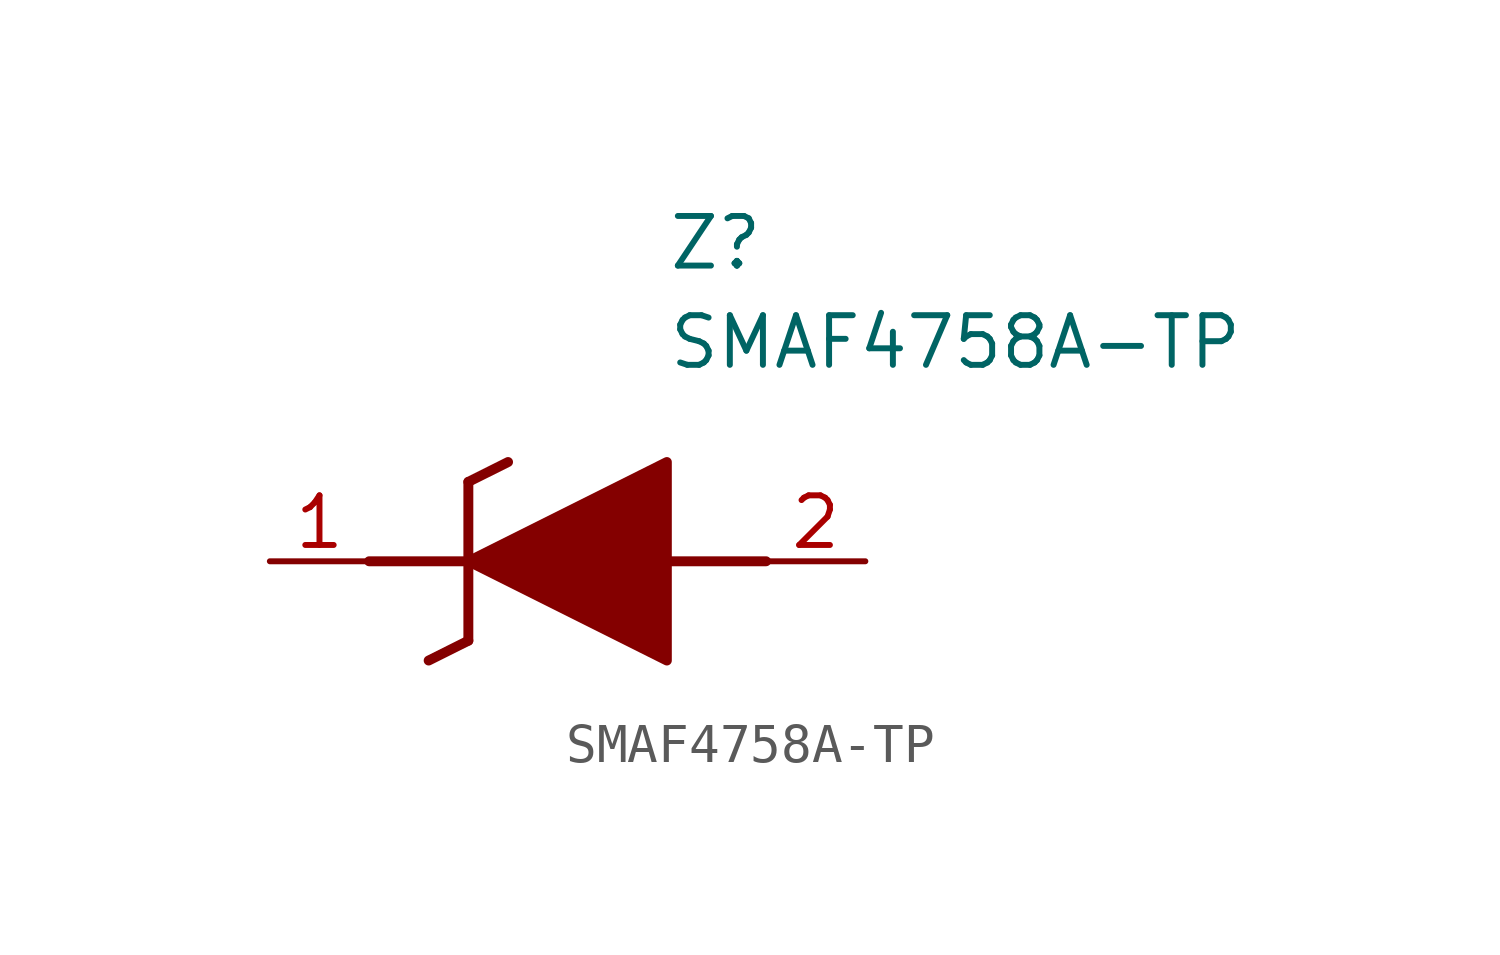
<source format=kicad_sym>
(kicad_symbol_lib
  (version 20211014)
  (generator SamacSys_ECAD_Model)
  (symbol "SMAF4758A-TP"
    (pin_names hide)
    (property "Reference" "Z"
      (at 10.16 8.89 0)
      (effects (font (size 1.27 1.27)) (justify left top)))
    (property "Value" "SMAF4758A-TP"
      (at 10.16 6.35 0)
      (effects (font (size 1.27 1.27)) (justify left top)))
    (polyline
      (pts (xy 5.08 2.032) (xy 5.08 -2.032))
      (stroke (width 0.254) (type default))
      (fill (type none)))
    (polyline
      (pts (xy 5.08 2.032) (xy 6.096 2.54))
      (stroke (width 0.254) (type default))
      (fill (type none)))
    (polyline
      (pts (xy 4.064 -2.54) (xy 5.08 -2.032))
      (stroke (width 0.254) (type default))
      (fill (type none)))
    (polyline
      (pts (xy 2.54 0) (xy 5.08 0))
      (stroke (width 0.254) (type default))
      (fill (type none)))
    (polyline
      (pts (xy 12.7 0) (xy 10.16 0))
      (stroke (width 0.254) (type default))
      (fill (type none)))
    (polyline
      (pts (xy 5.08 0) (xy 10.16 2.54) (xy 10.16 -2.54) (xy 5.08 0))
      (stroke (width 0.254) (type default))
      (fill (type outline)))
    (pin passive line
      (at 0 0 0)
      (length 2.54)
      (name "K" (effects (font (size 1.27 1.27))))
      (number "1" (effects (font (size 1.27 1.27)))))
    (pin passive line
      (at 15.24 0 180)
      (length 2.54)
      (name "A" (effects (font (size 1.27 1.27))))
      (number "2" (effects (font (size 1.27 1.27)))))))
</source>
